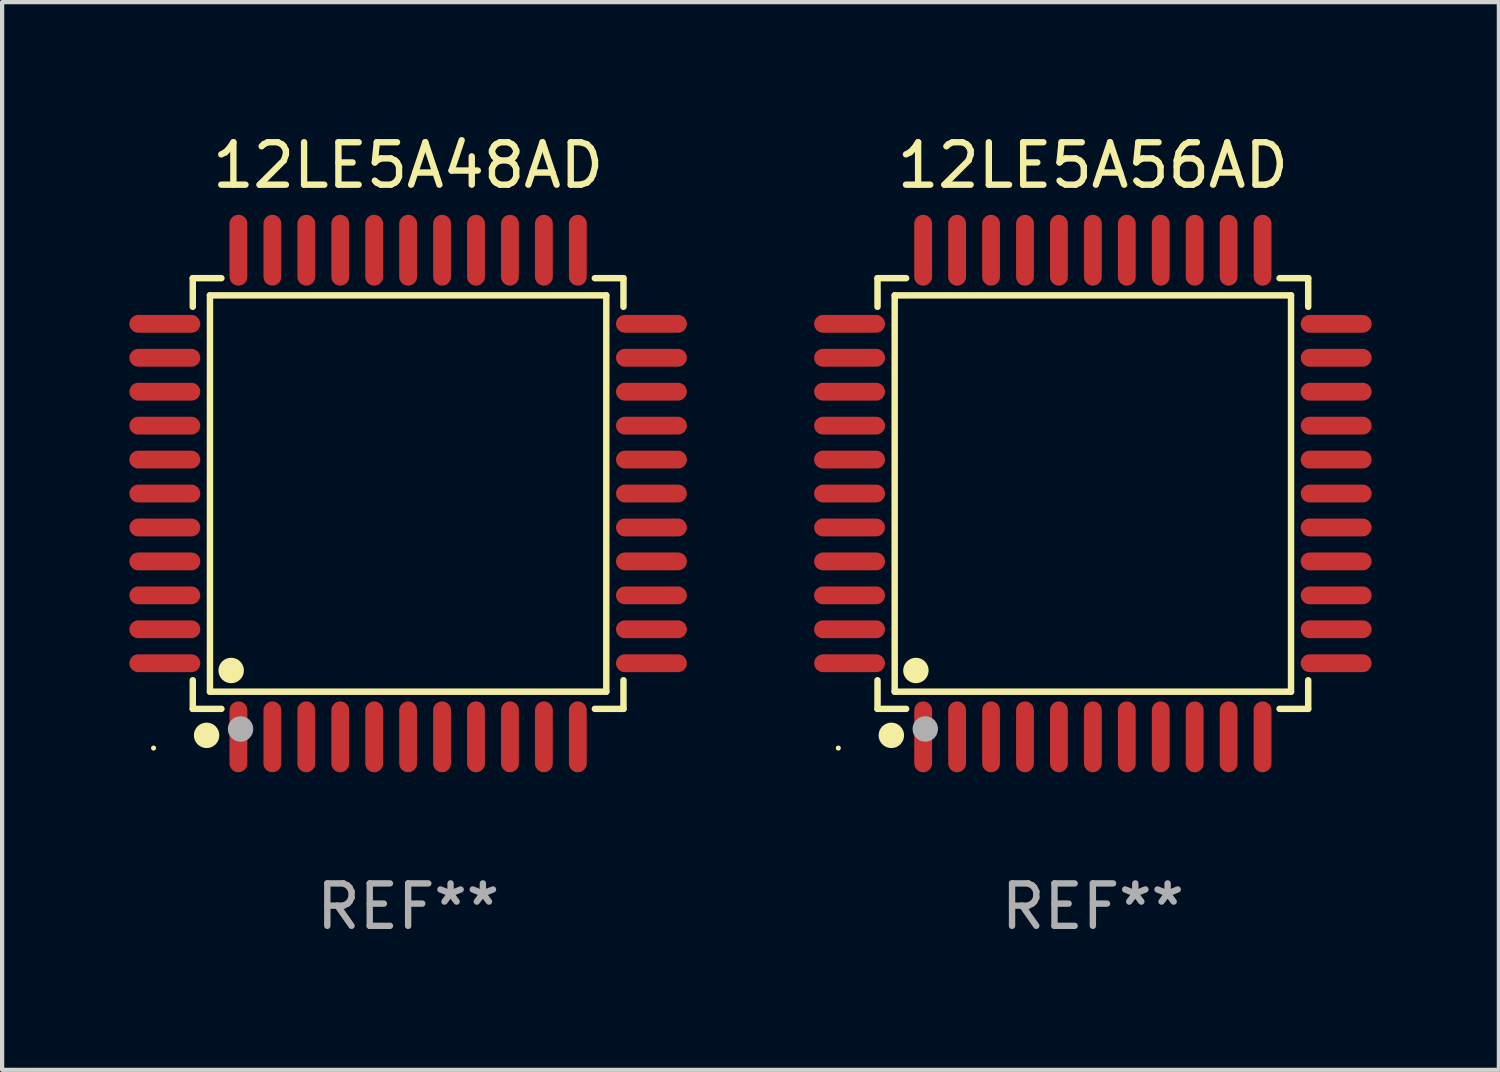
<source format=kicad_pcb>
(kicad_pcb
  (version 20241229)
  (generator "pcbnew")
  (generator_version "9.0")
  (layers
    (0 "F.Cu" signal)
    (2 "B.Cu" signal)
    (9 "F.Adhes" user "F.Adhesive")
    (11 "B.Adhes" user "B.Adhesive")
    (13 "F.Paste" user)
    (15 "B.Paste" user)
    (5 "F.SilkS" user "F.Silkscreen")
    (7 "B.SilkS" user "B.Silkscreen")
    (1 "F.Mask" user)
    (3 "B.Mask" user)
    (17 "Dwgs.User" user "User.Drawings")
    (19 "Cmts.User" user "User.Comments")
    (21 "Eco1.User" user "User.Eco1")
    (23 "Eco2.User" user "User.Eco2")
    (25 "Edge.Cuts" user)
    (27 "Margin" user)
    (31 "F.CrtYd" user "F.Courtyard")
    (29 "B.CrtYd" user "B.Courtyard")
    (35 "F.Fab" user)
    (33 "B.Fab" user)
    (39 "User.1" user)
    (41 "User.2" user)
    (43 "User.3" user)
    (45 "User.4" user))
  (footprint "12LE5A56AD"
    (layer "F.Cu")
    (at 22.71 8.583)
    (property "Reference" "12LE5A56AD" (at 0 -7.735 0) (layer "F.SilkS") (effects (font (size 1 1) (thickness 0.15))))
    (attr through_hole)
    (fp_line (start -5.076 -5.076) (end -4.401 -5.076) (stroke (width 0.152) (type solid)) (layer "F.SilkS"))
    (fp_line (start -5.076 -4.401) (end -5.076 -5.076) (stroke (width 0.152) (type solid)) (layer "F.SilkS"))
    (fp_line (start -5.076 4.401) (end -5.076 5.076) (stroke (width 0.152) (type solid)) (layer "F.SilkS"))
    (fp_line (start -5.076 5.076) (end -4.401 5.076) (stroke (width 0.152) (type solid)) (layer "F.SilkS"))
    (fp_line (start -4.671 -4.671) (end 4.671 -4.671) (stroke (width 0.152) (type solid)) (layer "F.SilkS"))
    (fp_line (start -4.671 4.671) (end -4.671 -4.671) (stroke (width 0.152) (type solid)) (layer "F.SilkS"))
    (fp_line (start 4.671 -4.671) (end 4.671 4.671) (stroke (width 0.152) (type solid)) (layer "F.SilkS"))
    (fp_line (start 4.671 4.671) (end -4.671 4.671) (stroke (width 0.152) (type solid)) (layer "F.SilkS"))
    (fp_line (start 5.076 -5.076) (end 4.401 -5.076) (stroke (width 0.152) (type solid)) (layer "F.SilkS"))
    (fp_line (start 5.076 -4.401) (end 5.076 -5.076) (stroke (width 0.152) (type solid)) (layer "F.SilkS"))
    (fp_line (start 5.076 4.401) (end 5.076 5.076) (stroke (width 0.152) (type solid)) (layer "F.SilkS"))
    (fp_line (start 5.076 5.076) (end 4.401 5.076) (stroke (width 0.152) (type solid)) (layer "F.SilkS"))
    (fp_circle (center -6 6) (end -5.97 6) (stroke (width 0.06) (type solid)) (fill no) (layer "F.SilkS"))
    (fp_circle (center -4.75 5.7) (end -4.6 5.7) (stroke (width 0.3) (type solid)) (fill no) (layer "F.SilkS"))
    (fp_circle (center -4.171 4.171) (end -4.021 4.171) (stroke (width 0.3) (type solid)) (fill no) (layer "F.SilkS"))
    (fp_circle (center -3.95 5.55) (end -3.8 5.55) (stroke (width 0.3) (type solid)) (fill no) (layer "F.Fab"))
    (fp_text user "REF**" (at 0 9.735 0) (layer "F.Fab") (effects (font (size 1 1) (thickness 0.15))))
    (pad "1" smd oval (at -4 5.735) (size 0.42 1.67) (layers "F.Cu" "F.Mask" "F.Paste"))
    (pad "2" smd oval (at -3.2 5.735) (size 0.42 1.67) (layers "F.Cu" "F.Mask" "F.Paste"))
    (pad "3" smd oval (at -2.4 5.735) (size 0.42 1.67) (layers "F.Cu" "F.Mask" "F.Paste"))
    (pad "4" smd oval (at -1.6 5.735) (size 0.42 1.67) (layers "F.Cu" "F.Mask" "F.Paste"))
    (pad "5" smd oval (at -0.8 5.735) (size 0.42 1.67) (layers "F.Cu" "F.Mask" "F.Paste"))
    (pad "6" smd oval (at 0 5.735) (size 0.42 1.67) (layers "F.Cu" "F.Mask" "F.Paste"))
    (pad "7" smd oval (at 0.8 5.735) (size 0.42 1.67) (layers "F.Cu" "F.Mask" "F.Paste"))
    (pad "8" smd oval (at 1.6 5.735) (size 0.42 1.67) (layers "F.Cu" "F.Mask" "F.Paste"))
    (pad "9" smd oval (at 2.4 5.735) (size 0.42 1.67) (layers "F.Cu" "F.Mask" "F.Paste"))
    (pad "10" smd oval (at 3.2 5.735) (size 0.42 1.67) (layers "F.Cu" "F.Mask" "F.Paste"))
    (pad "11" smd oval (at 4 5.735) (size 0.42 1.67) (layers "F.Cu" "F.Mask" "F.Paste"))
    (pad "12" smd oval (at 5.735 4) (size 1.67 0.42) (layers "F.Cu" "F.Mask" "F.Paste"))
    (pad "13" smd oval (at 5.735 3.2) (size 1.67 0.42) (layers "F.Cu" "F.Mask" "F.Paste"))
    (pad "14" smd oval (at 5.735 2.4) (size 1.67 0.42) (layers "F.Cu" "F.Mask" "F.Paste"))
    (pad "15" smd oval (at 5.735 1.6) (size 1.67 0.42) (layers "F.Cu" "F.Mask" "F.Paste"))
    (pad "16" smd oval (at 5.735 0.8) (size 1.67 0.42) (layers "F.Cu" "F.Mask" "F.Paste"))
    (pad "17" smd oval (at 5.735 0) (size 1.67 0.42) (layers "F.Cu" "F.Mask" "F.Paste"))
    (pad "18" smd oval (at 5.735 -0.8) (size 1.67 0.42) (layers "F.Cu" "F.Mask" "F.Paste"))
    (pad "19" smd oval (at 5.735 -1.6) (size 1.67 0.42) (layers "F.Cu" "F.Mask" "F.Paste"))
    (pad "20" smd oval (at 5.735 -2.4) (size 1.67 0.42) (layers "F.Cu" "F.Mask" "F.Paste"))
    (pad "21" smd oval (at 5.735 -3.2) (size 1.67 0.42) (layers "F.Cu" "F.Mask" "F.Paste"))
    (pad "22" smd oval (at 5.735 -4) (size 1.67 0.42) (layers "F.Cu" "F.Mask" "F.Paste"))
    (pad "23" smd oval (at 4 -5.735) (size 0.42 1.67) (layers "F.Cu" "F.Mask" "F.Paste"))
    (pad "24" smd oval (at 3.2 -5.735) (size 0.42 1.67) (layers "F.Cu" "F.Mask" "F.Paste"))
    (pad "25" smd oval (at 2.4 -5.735) (size 0.42 1.67) (layers "F.Cu" "F.Mask" "F.Paste"))
    (pad "26" smd oval (at 1.6 -5.735) (size 0.42 1.67) (layers "F.Cu" "F.Mask" "F.Paste"))
    (pad "27" smd oval (at 0.8 -5.735) (size 0.42 1.67) (layers "F.Cu" "F.Mask" "F.Paste"))
    (pad "28" smd oval (at 0 -5.735) (size 0.42 1.67) (layers "F.Cu" "F.Mask" "F.Paste"))
    (pad "29" smd oval (at -0.8 -5.735) (size 0.42 1.67) (layers "F.Cu" "F.Mask" "F.Paste"))
    (pad "30" smd oval (at -1.6 -5.735) (size 0.42 1.67) (layers "F.Cu" "F.Mask" "F.Paste"))
    (pad "31" smd oval (at -2.4 -5.735) (size 0.42 1.67) (layers "F.Cu" "F.Mask" "F.Paste"))
    (pad "32" smd oval (at -3.2 -5.735) (size 0.42 1.67) (layers "F.Cu" "F.Mask" "F.Paste"))
    (pad "33" smd oval (at -4 -5.735) (size 0.42 1.67) (layers "F.Cu" "F.Mask" "F.Paste"))
    (pad "34" smd oval (at -5.735 -4) (size 1.67 0.42) (layers "F.Cu" "F.Mask" "F.Paste"))
    (pad "35" smd oval (at -5.735 -3.2) (size 1.67 0.42) (layers "F.Cu" "F.Mask" "F.Paste"))
    (pad "36" smd oval (at -5.735 -2.4) (size 1.67 0.42) (layers "F.Cu" "F.Mask" "F.Paste"))
    (pad "37" smd oval (at -5.735 -1.6) (size 1.67 0.42) (layers "F.Cu" "F.Mask" "F.Paste"))
    (pad "38" smd oval (at -5.735 -0.8) (size 1.67 0.42) (layers "F.Cu" "F.Mask" "F.Paste"))
    (pad "39" smd oval (at -5.735 0) (size 1.67 0.42) (layers "F.Cu" "F.Mask" "F.Paste"))
    (pad "40" smd oval (at -5.735 0.8) (size 1.67 0.42) (layers "F.Cu" "F.Mask" "F.Paste"))
    (pad "41" smd oval (at -5.735 1.6) (size 1.67 0.42) (layers "F.Cu" "F.Mask" "F.Paste"))
    (pad "42" smd oval (at -5.735 2.4) (size 1.67 0.42) (layers "F.Cu" "F.Mask" "F.Paste"))
    (pad "43" smd oval (at -5.735 3.2) (size 1.67 0.42) (layers "F.Cu" "F.Mask" "F.Paste"))
    (pad "44" smd oval (at -5.735 4) (size 1.67 0.42) (layers "F.Cu" "F.Mask" "F.Paste")))
  (footprint "12LE5A48AD"
    (layer "F.Cu")
    (at 6.57 8.583)
    (property "Reference" "12LE5A48AD" (at 0 -7.735 0) (layer "F.SilkS") (effects (font (size 1 1) (thickness 0.15))))
    (attr through_hole)
    (fp_line (start -5.076 -5.076) (end -4.401 -5.076) (stroke (width 0.152) (type solid)) (layer "F.SilkS"))
    (fp_line (start -5.076 -4.401) (end -5.076 -5.076) (stroke (width 0.152) (type solid)) (layer "F.SilkS"))
    (fp_line (start -5.076 4.401) (end -5.076 5.076) (stroke (width 0.152) (type solid)) (layer "F.SilkS"))
    (fp_line (start -5.076 5.076) (end -4.401 5.076) (stroke (width 0.152) (type solid)) (layer "F.SilkS"))
    (fp_line (start -4.671 -4.671) (end 4.671 -4.671) (stroke (width 0.152) (type solid)) (layer "F.SilkS"))
    (fp_line (start -4.671 4.671) (end -4.671 -4.671) (stroke (width 0.152) (type solid)) (layer "F.SilkS"))
    (fp_line (start 4.671 -4.671) (end 4.671 4.671) (stroke (width 0.152) (type solid)) (layer "F.SilkS"))
    (fp_line (start 4.671 4.671) (end -4.671 4.671) (stroke (width 0.152) (type solid)) (layer "F.SilkS"))
    (fp_line (start 5.076 -5.076) (end 4.401 -5.076) (stroke (width 0.152) (type solid)) (layer "F.SilkS"))
    (fp_line (start 5.076 -4.401) (end 5.076 -5.076) (stroke (width 0.152) (type solid)) (layer "F.SilkS"))
    (fp_line (start 5.076 4.401) (end 5.076 5.076) (stroke (width 0.152) (type solid)) (layer "F.SilkS"))
    (fp_line (start 5.076 5.076) (end 4.401 5.076) (stroke (width 0.152) (type solid)) (layer "F.SilkS"))
    (fp_circle (center -6 6) (end -5.97 6) (stroke (width 0.06) (type solid)) (fill no) (layer "F.SilkS"))
    (fp_circle (center -4.75 5.7) (end -4.6 5.7) (stroke (width 0.3) (type solid)) (fill no) (layer "F.SilkS"))
    (fp_circle (center -4.171 4.171) (end -4.021 4.171) (stroke (width 0.3) (type solid)) (fill no) (layer "F.SilkS"))
    (fp_circle (center -3.95 5.55) (end -3.8 5.55) (stroke (width 0.3) (type solid)) (fill no) (layer "F.Fab"))
    (fp_text user "REF**" (at 0 9.735 0) (layer "F.Fab") (effects (font (size 1 1) (thickness 0.15))))
    (pad "1" smd oval (at -4 5.735) (size 0.42 1.67) (layers "F.Cu" "F.Mask" "F.Paste"))
    (pad "2" smd oval (at -3.2 5.735) (size 0.42 1.67) (layers "F.Cu" "F.Mask" "F.Paste"))
    (pad "3" smd oval (at -2.4 5.735) (size 0.42 1.67) (layers "F.Cu" "F.Mask" "F.Paste"))
    (pad "4" smd oval (at -1.6 5.735) (size 0.42 1.67) (layers "F.Cu" "F.Mask" "F.Paste"))
    (pad "5" smd oval (at -0.8 5.735) (size 0.42 1.67) (layers "F.Cu" "F.Mask" "F.Paste"))
    (pad "6" smd oval (at 0 5.735) (size 0.42 1.67) (layers "F.Cu" "F.Mask" "F.Paste"))
    (pad "7" smd oval (at 0.8 5.735) (size 0.42 1.67) (layers "F.Cu" "F.Mask" "F.Paste"))
    (pad "8" smd oval (at 1.6 5.735) (size 0.42 1.67) (layers "F.Cu" "F.Mask" "F.Paste"))
    (pad "9" smd oval (at 2.4 5.735) (size 0.42 1.67) (layers "F.Cu" "F.Mask" "F.Paste"))
    (pad "10" smd oval (at 3.2 5.735) (size 0.42 1.67) (layers "F.Cu" "F.Mask" "F.Paste"))
    (pad "11" smd oval (at 4 5.735) (size 0.42 1.67) (layers "F.Cu" "F.Mask" "F.Paste"))
    (pad "12" smd oval (at 5.735 4) (size 1.67 0.42) (layers "F.Cu" "F.Mask" "F.Paste"))
    (pad "13" smd oval (at 5.735 3.2) (size 1.67 0.42) (layers "F.Cu" "F.Mask" "F.Paste"))
    (pad "14" smd oval (at 5.735 2.4) (size 1.67 0.42) (layers "F.Cu" "F.Mask" "F.Paste"))
    (pad "15" smd oval (at 5.735 1.6) (size 1.67 0.42) (layers "F.Cu" "F.Mask" "F.Paste"))
    (pad "16" smd oval (at 5.735 0.8) (size 1.67 0.42) (layers "F.Cu" "F.Mask" "F.Paste"))
    (pad "17" smd oval (at 5.735 0) (size 1.67 0.42) (layers "F.Cu" "F.Mask" "F.Paste"))
    (pad "18" smd oval (at 5.735 -0.8) (size 1.67 0.42) (layers "F.Cu" "F.Mask" "F.Paste"))
    (pad "19" smd oval (at 5.735 -1.6) (size 1.67 0.42) (layers "F.Cu" "F.Mask" "F.Paste"))
    (pad "20" smd oval (at 5.735 -2.4) (size 1.67 0.42) (layers "F.Cu" "F.Mask" "F.Paste"))
    (pad "21" smd oval (at 5.735 -3.2) (size 1.67 0.42) (layers "F.Cu" "F.Mask" "F.Paste"))
    (pad "22" smd oval (at 5.735 -4) (size 1.67 0.42) (layers "F.Cu" "F.Mask" "F.Paste"))
    (pad "23" smd oval (at 4 -5.735) (size 0.42 1.67) (layers "F.Cu" "F.Mask" "F.Paste"))
    (pad "24" smd oval (at 3.2 -5.735) (size 0.42 1.67) (layers "F.Cu" "F.Mask" "F.Paste"))
    (pad "25" smd oval (at 2.4 -5.735) (size 0.42 1.67) (layers "F.Cu" "F.Mask" "F.Paste"))
    (pad "26" smd oval (at 1.6 -5.735) (size 0.42 1.67) (layers "F.Cu" "F.Mask" "F.Paste"))
    (pad "27" smd oval (at 0.8 -5.735) (size 0.42 1.67) (layers "F.Cu" "F.Mask" "F.Paste"))
    (pad "28" smd oval (at 0 -5.735) (size 0.42 1.67) (layers "F.Cu" "F.Mask" "F.Paste"))
    (pad "29" smd oval (at -0.8 -5.735) (size 0.42 1.67) (layers "F.Cu" "F.Mask" "F.Paste"))
    (pad "30" smd oval (at -1.6 -5.735) (size 0.42 1.67) (layers "F.Cu" "F.Mask" "F.Paste"))
    (pad "31" smd oval (at -2.4 -5.735) (size 0.42 1.67) (layers "F.Cu" "F.Mask" "F.Paste"))
    (pad "32" smd oval (at -3.2 -5.735) (size 0.42 1.67) (layers "F.Cu" "F.Mask" "F.Paste"))
    (pad "33" smd oval (at -4 -5.735) (size 0.42 1.67) (layers "F.Cu" "F.Mask" "F.Paste"))
    (pad "34" smd oval (at -5.735 -4) (size 1.67 0.42) (layers "F.Cu" "F.Mask" "F.Paste"))
    (pad "35" smd oval (at -5.735 -3.2) (size 1.67 0.42) (layers "F.Cu" "F.Mask" "F.Paste"))
    (pad "36" smd oval (at -5.735 -2.4) (size 1.67 0.42) (layers "F.Cu" "F.Mask" "F.Paste"))
    (pad "37" smd oval (at -5.735 -1.6) (size 1.67 0.42) (layers "F.Cu" "F.Mask" "F.Paste"))
    (pad "38" smd oval (at -5.735 -0.8) (size 1.67 0.42) (layers "F.Cu" "F.Mask" "F.Paste"))
    (pad "39" smd oval (at -5.735 0) (size 1.67 0.42) (layers "F.Cu" "F.Mask" "F.Paste"))
    (pad "40" smd oval (at -5.735 0.8) (size 1.67 0.42) (layers "F.Cu" "F.Mask" "F.Paste"))
    (pad "41" smd oval (at -5.735 1.6) (size 1.67 0.42) (layers "F.Cu" "F.Mask" "F.Paste"))
    (pad "42" smd oval (at -5.735 2.4) (size 1.67 0.42) (layers "F.Cu" "F.Mask" "F.Paste"))
    (pad "43" smd oval (at -5.735 3.2) (size 1.67 0.42) (layers "F.Cu" "F.Mask" "F.Paste"))
    (pad "44" smd oval (at -5.735 4) (size 1.67 0.42) (layers "F.Cu" "F.Mask" "F.Paste")))
  (gr_rect
    (start -3 -3)
    (end 32.28 22.167)
    (stroke (width 0.1) (type default))
    (fill no)
    (layer "Edge.Cuts")))
</source>
